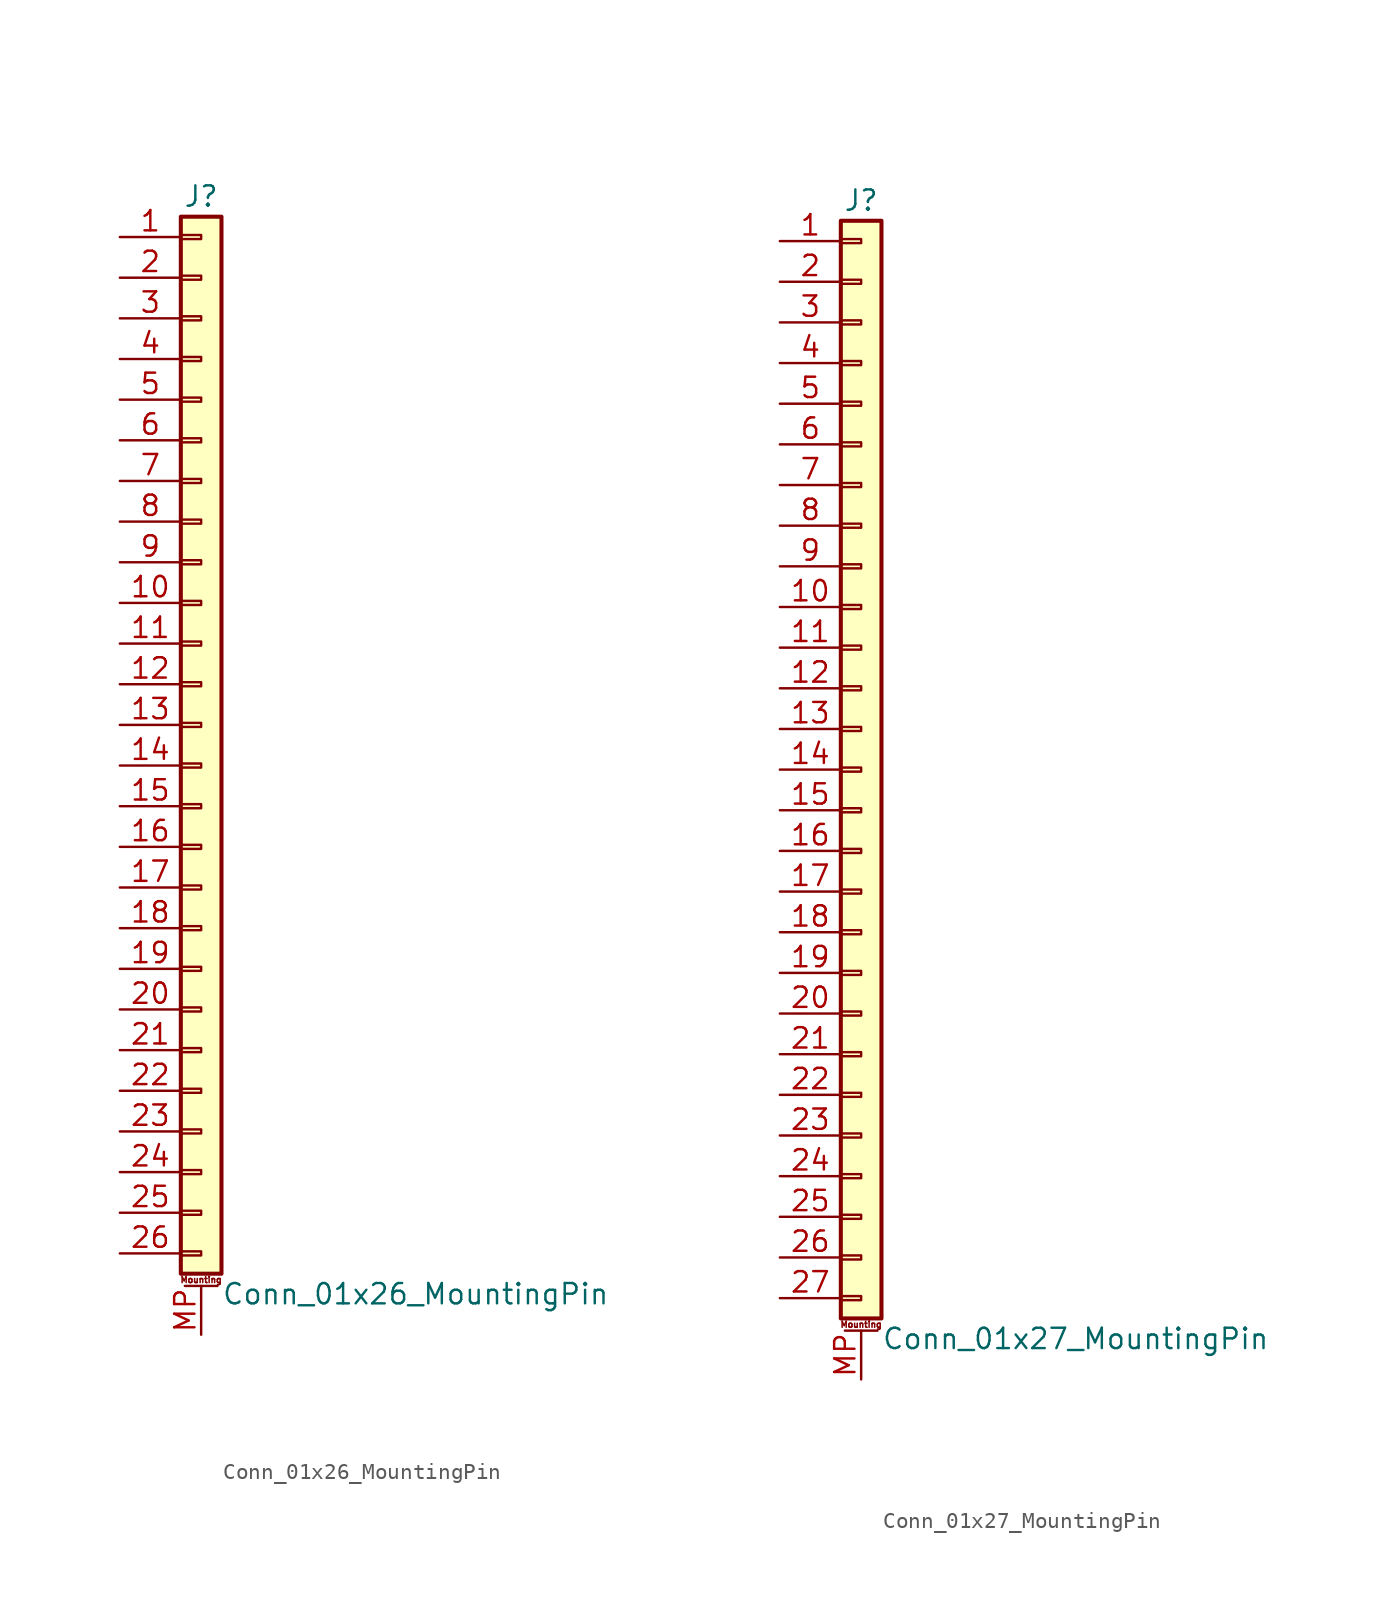
<source format=kicad_sym>
(kicad_symbol_lib
  (version 20201005)
  (generator kicad_symbol_editor)
  (symbol "Connector_Generic_MountingPin:Conn_01x26_MountingPin"
    (pin_names
      (offset 1.016) hide)
    (property "Reference" "J"
      (at 0 33.02 0)
      (effects (font (size 1.27 1.27))))
    (property "Value" "Conn_01x26_MountingPin"
      (at 1.27 -35.56 0)
      (effects (font (size 1.27 1.27)) (justify left)))
    (symbol "Conn_01x26_MountingPin_1_1"
      (text "Mounting" (at 0 -34.671 0) (effects (font (size 0.381 0.381))))
      (rectangle (start -1.27 -27.813) (end 0 -28.067) (stroke (width 0.152)) (fill (type none)))
      (rectangle (start -1.27 -30.353) (end 0 -30.607) (stroke (width 0.152)) (fill (type none)))
      (rectangle (start -1.27 -32.893) (end 0 -33.147) (stroke (width 0.152)) (fill (type none)))
      (rectangle (start -1.27 -4.953) (end 0 -5.207) (stroke (width 0.152)) (fill (type none)))
      (rectangle (start -1.27 -7.493) (end 0 -7.747) (stroke (width 0.152)) (fill (type none)))
      (rectangle (start -1.27 -10.033) (end 0 -10.287) (stroke (width 0.152)) (fill (type none)))
      (rectangle (start -1.27 -12.573) (end 0 -12.827) (stroke (width 0.152)) (fill (type none)))
      (rectangle (start -1.27 -15.113) (end 0 -15.367) (stroke (width 0.152)) (fill (type none)))
      (rectangle (start -1.27 -17.653) (end 0 -17.907) (stroke (width 0.152)) (fill (type none)))
      (rectangle (start -1.27 -20.193) (end 0 -20.447) (stroke (width 0.152)) (fill (type none)))
      (rectangle (start -1.27 -22.733) (end 0 -22.987) (stroke (width 0.152)) (fill (type none)))
      (rectangle (start -1.27 -2.413) (end 0 -2.667) (stroke (width 0.152)) (fill (type none)))
      (rectangle (start -1.27 -25.273) (end 0 -25.527) (stroke (width 0.152)) (fill (type none)))
      (rectangle (start -1.27 25.527) (end 0 25.273) (stroke (width 0.152)) (fill (type none)))
      (rectangle (start -1.27 2.667) (end 0 2.413) (stroke (width 0.152)) (fill (type none)))
      (rectangle (start -1.27 28.067) (end 0 27.813) (stroke (width 0.152)) (fill (type none)))
      (rectangle (start -1.27 30.607) (end 0 30.353) (stroke (width 0.152)) (fill (type none)))
      (rectangle (start -1.27 31.75) (end 1.27 -34.29) (stroke (width 0.254)) (fill (type background)))
      (rectangle (start -1.27 5.207) (end 0 4.953) (stroke (width 0.152)) (fill (type none)))
      (rectangle (start -1.27 7.747) (end 0 7.493) (stroke (width 0.152)) (fill (type none)))
      (rectangle (start -1.27 10.287) (end 0 10.033) (stroke (width 0.152)) (fill (type none)))
      (rectangle (start -1.27 0.127) (end 0 -0.127) (stroke (width 0.152)) (fill (type none)))
      (rectangle (start -1.27 12.827) (end 0 12.573) (stroke (width 0.152)) (fill (type none)))
      (rectangle (start -1.27 15.367) (end 0 15.113) (stroke (width 0.152)) (fill (type none)))
      (rectangle (start -1.27 17.907) (end 0 17.653) (stroke (width 0.152)) (fill (type none)))
      (rectangle (start -1.27 20.447) (end 0 20.193) (stroke (width 0.152)) (fill (type none)))
      (rectangle (start -1.27 22.987) (end 0 22.733) (stroke (width 0.152)) (fill (type none)))
      (polyline (pts (xy -1.016 -35.052) (xy 1.016 -35.052)) (stroke (width 0.152)) (fill (type none)))
      (pin passive line (at 0 -38.1 90) (length 3.048) (name "MountPin" (effects (font (size 1.27 1.27)))) (number "MP" (effects (font (size 1.27 1.27)))))
      (pin passive line (at -5.08 30.48 0) (length 3.81) (name "Pin_1" (effects (font (size 1.27 1.27)))) (number "1" (effects (font (size 1.27 1.27)))))
      (pin passive line (at -5.08 7.62 0) (length 3.81) (name "Pin_10" (effects (font (size 1.27 1.27)))) (number "10" (effects (font (size 1.27 1.27)))))
      (pin passive line (at -5.08 5.08 0) (length 3.81) (name "Pin_11" (effects (font (size 1.27 1.27)))) (number "11" (effects (font (size 1.27 1.27)))))
      (pin passive line (at -5.08 2.54 0) (length 3.81) (name "Pin_12" (effects (font (size 1.27 1.27)))) (number "12" (effects (font (size 1.27 1.27)))))
      (pin passive line (at -5.08 0 0) (length 3.81) (name "Pin_13" (effects (font (size 1.27 1.27)))) (number "13" (effects (font (size 1.27 1.27)))))
      (pin passive line (at -5.08 -2.54 0) (length 3.81) (name "Pin_14" (effects (font (size 1.27 1.27)))) (number "14" (effects (font (size 1.27 1.27)))))
      (pin passive line (at -5.08 -5.08 0) (length 3.81) (name "Pin_15" (effects (font (size 1.27 1.27)))) (number "15" (effects (font (size 1.27 1.27)))))
      (pin passive line (at -5.08 -7.62 0) (length 3.81) (name "Pin_16" (effects (font (size 1.27 1.27)))) (number "16" (effects (font (size 1.27 1.27)))))
      (pin passive line (at -5.08 -10.16 0) (length 3.81) (name "Pin_17" (effects (font (size 1.27 1.27)))) (number "17" (effects (font (size 1.27 1.27)))))
      (pin passive line (at -5.08 -12.7 0) (length 3.81) (name "Pin_18" (effects (font (size 1.27 1.27)))) (number "18" (effects (font (size 1.27 1.27)))))
      (pin passive line (at -5.08 -15.24 0) (length 3.81) (name "Pin_19" (effects (font (size 1.27 1.27)))) (number "19" (effects (font (size 1.27 1.27)))))
      (pin passive line (at -5.08 27.94 0) (length 3.81) (name "Pin_2" (effects (font (size 1.27 1.27)))) (number "2" (effects (font (size 1.27 1.27)))))
      (pin passive line (at -5.08 -17.78 0) (length 3.81) (name "Pin_20" (effects (font (size 1.27 1.27)))) (number "20" (effects (font (size 1.27 1.27)))))
      (pin passive line (at -5.08 -20.32 0) (length 3.81) (name "Pin_21" (effects (font (size 1.27 1.27)))) (number "21" (effects (font (size 1.27 1.27)))))
      (pin passive line (at -5.08 -22.86 0) (length 3.81) (name "Pin_22" (effects (font (size 1.27 1.27)))) (number "22" (effects (font (size 1.27 1.27)))))
      (pin passive line (at -5.08 -25.4 0) (length 3.81) (name "Pin_23" (effects (font (size 1.27 1.27)))) (number "23" (effects (font (size 1.27 1.27)))))
      (pin passive line (at -5.08 -27.94 0) (length 3.81) (name "Pin_24" (effects (font (size 1.27 1.27)))) (number "24" (effects (font (size 1.27 1.27)))))
      (pin passive line (at -5.08 -30.48 0) (length 3.81) (name "Pin_25" (effects (font (size 1.27 1.27)))) (number "25" (effects (font (size 1.27 1.27)))))
      (pin passive line (at -5.08 -33.02 0) (length 3.81) (name "Pin_26" (effects (font (size 1.27 1.27)))) (number "26" (effects (font (size 1.27 1.27)))))
      (pin passive line (at -5.08 25.4 0) (length 3.81) (name "Pin_3" (effects (font (size 1.27 1.27)))) (number "3" (effects (font (size 1.27 1.27)))))
      (pin passive line (at -5.08 22.86 0) (length 3.81) (name "Pin_4" (effects (font (size 1.27 1.27)))) (number "4" (effects (font (size 1.27 1.27)))))
      (pin passive line (at -5.08 20.32 0) (length 3.81) (name "Pin_5" (effects (font (size 1.27 1.27)))) (number "5" (effects (font (size 1.27 1.27)))))
      (pin passive line (at -5.08 17.78 0) (length 3.81) (name "Pin_6" (effects (font (size 1.27 1.27)))) (number "6" (effects (font (size 1.27 1.27)))))
      (pin passive line (at -5.08 15.24 0) (length 3.81) (name "Pin_7" (effects (font (size 1.27 1.27)))) (number "7" (effects (font (size 1.27 1.27)))))
      (pin passive line (at -5.08 12.7 0) (length 3.81) (name "Pin_8" (effects (font (size 1.27 1.27)))) (number "8" (effects (font (size 1.27 1.27)))))
      (pin passive line (at -5.08 10.16 0) (length 3.81) (name "Pin_9" (effects (font (size 1.27 1.27)))) (number "9" (effects (font (size 1.27 1.27)))))))
  (symbol "Connector_Generic_MountingPin:Conn_01x27_MountingPin"
    (pin_names
      (offset 1.016) hide)
    (property "Reference" "J"
      (at 0 35.56 0)
      (effects (font (size 1.27 1.27))))
    (property "Value" "Conn_01x27_MountingPin"
      (at 1.27 -35.56 0)
      (effects (font (size 1.27 1.27)) (justify left)))
    (symbol "Conn_01x27_MountingPin_1_1"
      (text "Mounting" (at 0 -34.671 0) (effects (font (size 0.381 0.381))))
      (rectangle (start -1.27 -27.813) (end 0 -28.067) (stroke (width 0.152)) (fill (type none)))
      (rectangle (start -1.27 -30.353) (end 0 -30.607) (stroke (width 0.152)) (fill (type none)))
      (rectangle (start -1.27 -32.893) (end 0 -33.147) (stroke (width 0.152)) (fill (type none)))
      (rectangle (start -1.27 -4.953) (end 0 -5.207) (stroke (width 0.152)) (fill (type none)))
      (rectangle (start -1.27 -7.493) (end 0 -7.747) (stroke (width 0.152)) (fill (type none)))
      (rectangle (start -1.27 -10.033) (end 0 -10.287) (stroke (width 0.152)) (fill (type none)))
      (rectangle (start -1.27 -12.573) (end 0 -12.827) (stroke (width 0.152)) (fill (type none)))
      (rectangle (start -1.27 -15.113) (end 0 -15.367) (stroke (width 0.152)) (fill (type none)))
      (rectangle (start -1.27 -17.653) (end 0 -17.907) (stroke (width 0.152)) (fill (type none)))
      (rectangle (start -1.27 -20.193) (end 0 -20.447) (stroke (width 0.152)) (fill (type none)))
      (rectangle (start -1.27 -22.733) (end 0 -22.987) (stroke (width 0.152)) (fill (type none)))
      (rectangle (start -1.27 -2.413) (end 0 -2.667) (stroke (width 0.152)) (fill (type none)))
      (rectangle (start -1.27 -25.273) (end 0 -25.527) (stroke (width 0.152)) (fill (type none)))
      (rectangle (start -1.27 25.527) (end 0 25.273) (stroke (width 0.152)) (fill (type none)))
      (rectangle (start -1.27 2.667) (end 0 2.413) (stroke (width 0.152)) (fill (type none)))
      (rectangle (start -1.27 28.067) (end 0 27.813) (stroke (width 0.152)) (fill (type none)))
      (rectangle (start -1.27 30.607) (end 0 30.353) (stroke (width 0.152)) (fill (type none)))
      (rectangle (start -1.27 33.147) (end 0 32.893) (stroke (width 0.152)) (fill (type none)))
      (rectangle (start -1.27 34.29) (end 1.27 -34.29) (stroke (width 0.254)) (fill (type background)))
      (rectangle (start -1.27 5.207) (end 0 4.953) (stroke (width 0.152)) (fill (type none)))
      (rectangle (start -1.27 7.747) (end 0 7.493) (stroke (width 0.152)) (fill (type none)))
      (rectangle (start -1.27 10.287) (end 0 10.033) (stroke (width 0.152)) (fill (type none)))
      (rectangle (start -1.27 0.127) (end 0 -0.127) (stroke (width 0.152)) (fill (type none)))
      (rectangle (start -1.27 12.827) (end 0 12.573) (stroke (width 0.152)) (fill (type none)))
      (rectangle (start -1.27 15.367) (end 0 15.113) (stroke (width 0.152)) (fill (type none)))
      (rectangle (start -1.27 17.907) (end 0 17.653) (stroke (width 0.152)) (fill (type none)))
      (rectangle (start -1.27 20.447) (end 0 20.193) (stroke (width 0.152)) (fill (type none)))
      (rectangle (start -1.27 22.987) (end 0 22.733) (stroke (width 0.152)) (fill (type none)))
      (polyline (pts (xy -1.016 -35.052) (xy 1.016 -35.052)) (stroke (width 0.152)) (fill (type none)))
      (pin passive line (at 0 -38.1 90) (length 3.048) (name "MountPin" (effects (font (size 1.27 1.27)))) (number "MP" (effects (font (size 1.27 1.27)))))
      (pin passive line (at -5.08 33.02 0) (length 3.81) (name "Pin_1" (effects (font (size 1.27 1.27)))) (number "1" (effects (font (size 1.27 1.27)))))
      (pin passive line (at -5.08 10.16 0) (length 3.81) (name "Pin_10" (effects (font (size 1.27 1.27)))) (number "10" (effects (font (size 1.27 1.27)))))
      (pin passive line (at -5.08 7.62 0) (length 3.81) (name "Pin_11" (effects (font (size 1.27 1.27)))) (number "11" (effects (font (size 1.27 1.27)))))
      (pin passive line (at -5.08 5.08 0) (length 3.81) (name "Pin_12" (effects (font (size 1.27 1.27)))) (number "12" (effects (font (size 1.27 1.27)))))
      (pin passive line (at -5.08 2.54 0) (length 3.81) (name "Pin_13" (effects (font (size 1.27 1.27)))) (number "13" (effects (font (size 1.27 1.27)))))
      (pin passive line (at -5.08 0 0) (length 3.81) (name "Pin_14" (effects (font (size 1.27 1.27)))) (number "14" (effects (font (size 1.27 1.27)))))
      (pin passive line (at -5.08 -2.54 0) (length 3.81) (name "Pin_15" (effects (font (size 1.27 1.27)))) (number "15" (effects (font (size 1.27 1.27)))))
      (pin passive line (at -5.08 -5.08 0) (length 3.81) (name "Pin_16" (effects (font (size 1.27 1.27)))) (number "16" (effects (font (size 1.27 1.27)))))
      (pin passive line (at -5.08 -7.62 0) (length 3.81) (name "Pin_17" (effects (font (size 1.27 1.27)))) (number "17" (effects (font (size 1.27 1.27)))))
      (pin passive line (at -5.08 -10.16 0) (length 3.81) (name "Pin_18" (effects (font (size 1.27 1.27)))) (number "18" (effects (font (size 1.27 1.27)))))
      (pin passive line (at -5.08 -12.7 0) (length 3.81) (name "Pin_19" (effects (font (size 1.27 1.27)))) (number "19" (effects (font (size 1.27 1.27)))))
      (pin passive line (at -5.08 30.48 0) (length 3.81) (name "Pin_2" (effects (font (size 1.27 1.27)))) (number "2" (effects (font (size 1.27 1.27)))))
      (pin passive line (at -5.08 -15.24 0) (length 3.81) (name "Pin_20" (effects (font (size 1.27 1.27)))) (number "20" (effects (font (size 1.27 1.27)))))
      (pin passive line (at -5.08 -17.78 0) (length 3.81) (name "Pin_21" (effects (font (size 1.27 1.27)))) (number "21" (effects (font (size 1.27 1.27)))))
      (pin passive line (at -5.08 -20.32 0) (length 3.81) (name "Pin_22" (effects (font (size 1.27 1.27)))) (number "22" (effects (font (size 1.27 1.27)))))
      (pin passive line (at -5.08 -22.86 0) (length 3.81) (name "Pin_23" (effects (font (size 1.27 1.27)))) (number "23" (effects (font (size 1.27 1.27)))))
      (pin passive line (at -5.08 -25.4 0) (length 3.81) (name "Pin_24" (effects (font (size 1.27 1.27)))) (number "24" (effects (font (size 1.27 1.27)))))
      (pin passive line (at -5.08 -27.94 0) (length 3.81) (name "Pin_25" (effects (font (size 1.27 1.27)))) (number "25" (effects (font (size 1.27 1.27)))))
      (pin passive line (at -5.08 -30.48 0) (length 3.81) (name "Pin_26" (effects (font (size 1.27 1.27)))) (number "26" (effects (font (size 1.27 1.27)))))
      (pin passive line (at -5.08 -33.02 0) (length 3.81) (name "Pin_27" (effects (font (size 1.27 1.27)))) (number "27" (effects (font (size 1.27 1.27)))))
      (pin passive line (at -5.08 27.94 0) (length 3.81) (name "Pin_3" (effects (font (size 1.27 1.27)))) (number "3" (effects (font (size 1.27 1.27)))))
      (pin passive line (at -5.08 25.4 0) (length 3.81) (name "Pin_4" (effects (font (size 1.27 1.27)))) (number "4" (effects (font (size 1.27 1.27)))))
      (pin passive line (at -5.08 22.86 0) (length 3.81) (name "Pin_5" (effects (font (size 1.27 1.27)))) (number "5" (effects (font (size 1.27 1.27)))))
      (pin passive line (at -5.08 20.32 0) (length 3.81) (name "Pin_6" (effects (font (size 1.27 1.27)))) (number "6" (effects (font (size 1.27 1.27)))))
      (pin passive line (at -5.08 17.78 0) (length 3.81) (name "Pin_7" (effects (font (size 1.27 1.27)))) (number "7" (effects (font (size 1.27 1.27)))))
      (pin passive line (at -5.08 15.24 0) (length 3.81) (name "Pin_8" (effects (font (size 1.27 1.27)))) (number "8" (effects (font (size 1.27 1.27)))))
      (pin passive line (at -5.08 12.7 0) (length 3.81) (name "Pin_9" (effects (font (size 1.27 1.27)))) (number "9" (effects (font (size 1.27 1.27))))))))
</source>
